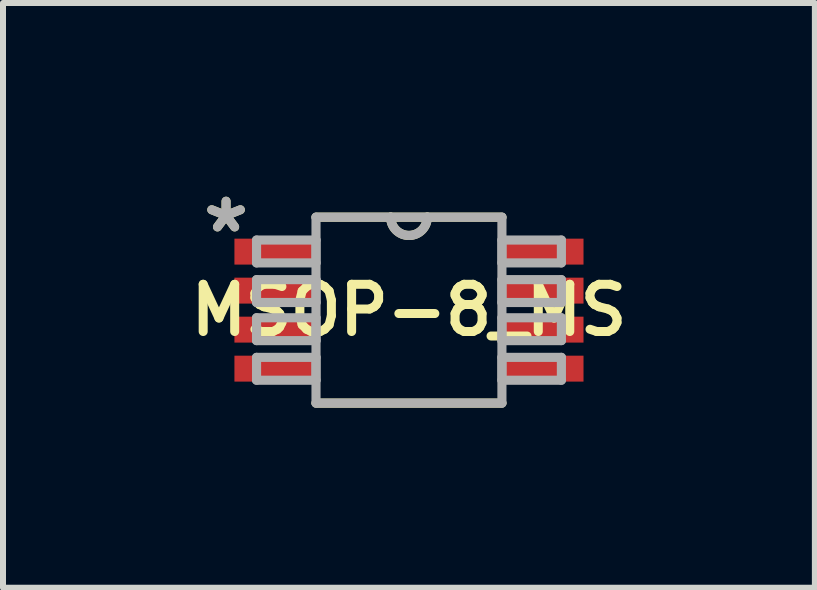
<source format=kicad_pcb>
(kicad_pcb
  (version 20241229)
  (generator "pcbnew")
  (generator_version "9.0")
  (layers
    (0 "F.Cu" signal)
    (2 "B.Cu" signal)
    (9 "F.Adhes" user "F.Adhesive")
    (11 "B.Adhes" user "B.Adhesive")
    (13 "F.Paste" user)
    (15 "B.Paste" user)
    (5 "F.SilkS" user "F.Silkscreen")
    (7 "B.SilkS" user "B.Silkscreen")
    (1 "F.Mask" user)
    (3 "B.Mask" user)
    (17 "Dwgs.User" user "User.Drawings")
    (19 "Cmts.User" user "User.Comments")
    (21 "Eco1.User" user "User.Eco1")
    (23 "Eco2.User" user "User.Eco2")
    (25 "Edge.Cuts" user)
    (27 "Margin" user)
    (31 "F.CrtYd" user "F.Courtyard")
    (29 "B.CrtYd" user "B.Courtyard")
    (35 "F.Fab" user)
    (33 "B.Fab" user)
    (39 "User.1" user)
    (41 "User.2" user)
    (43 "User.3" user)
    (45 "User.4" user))
  (footprint "MSOP-8_MS"
    (layer "F.Cu")
    (at 3.765 2.118)
    (property "Reference" "MSOP-8_MS" (at 0 0 0) (layer "F.SilkS") (effects (font (size 0.787 0.787) (thickness 0.15))))
    (attr smd)
    (fp_line (start -1.549 1.549) (end 1.549 1.549) (stroke (width 0.152) (type solid)) (layer "F.SilkS"))
    (fp_line (start -0.305 -1.549) (end -1.549 -1.549) (stroke (width 0.152) (type solid)) (layer "F.SilkS"))
    (fp_line (start 0.305 -1.549) (end -0.305 -1.549) (stroke (width 0.152) (type solid)) (layer "F.SilkS"))
    (fp_line (start 1.549 -1.549) (end 0.305 -1.549) (stroke (width 0.152) (type solid)) (layer "F.SilkS"))
    (fp_arc (start 0.3048 -1.5494) (mid 0 -1.2446) (end -0.3048 -1.5494) (stroke (width 0.1524) (type solid)) (layer "F.SilkS"))
    (fp_line (start -2.54 -1.168) (end -2.54 -0.787) (stroke (width 0.152) (type solid)) (layer "F.Fab"))
    (fp_line (start -2.54 -0.787) (end -1.549 -0.787) (stroke (width 0.152) (type solid)) (layer "F.Fab"))
    (fp_line (start -2.54 -0.508) (end -2.54 -0.127) (stroke (width 0.152) (type solid)) (layer "F.Fab"))
    (fp_line (start -2.54 -0.127) (end -1.549 -0.127) (stroke (width 0.152) (type solid)) (layer "F.Fab"))
    (fp_line (start -2.54 0.127) (end -2.54 0.508) (stroke (width 0.152) (type solid)) (layer "F.Fab"))
    (fp_line (start -2.54 0.508) (end -1.549 0.508) (stroke (width 0.152) (type solid)) (layer "F.Fab"))
    (fp_line (start -2.54 0.787) (end -2.54 1.168) (stroke (width 0.152) (type solid)) (layer "F.Fab"))
    (fp_line (start -2.54 1.168) (end -1.549 1.168) (stroke (width 0.152) (type solid)) (layer "F.Fab"))
    (fp_line (start -1.549 -1.549) (end -1.549 1.549) (stroke (width 0.152) (type solid)) (layer "F.Fab"))
    (fp_line (start -1.549 -1.168) (end -2.54 -1.168) (stroke (width 0.152) (type solid)) (layer "F.Fab"))
    (fp_line (start -1.549 -0.787) (end -1.549 -1.168) (stroke (width 0.152) (type solid)) (layer "F.Fab"))
    (fp_line (start -1.549 -0.508) (end -2.54 -0.508) (stroke (width 0.152) (type solid)) (layer "F.Fab"))
    (fp_line (start -1.549 -0.127) (end -1.549 -0.508) (stroke (width 0.152) (type solid)) (layer "F.Fab"))
    (fp_line (start -1.549 0.127) (end -2.54 0.127) (stroke (width 0.152) (type solid)) (layer "F.Fab"))
    (fp_line (start -1.549 0.508) (end -1.549 0.127) (stroke (width 0.152) (type solid)) (layer "F.Fab"))
    (fp_line (start -1.549 0.787) (end -2.54 0.787) (stroke (width 0.152) (type solid)) (layer "F.Fab"))
    (fp_line (start -1.549 1.168) (end -1.549 0.787) (stroke (width 0.152) (type solid)) (layer "F.Fab"))
    (fp_line (start -1.549 1.549) (end 1.549 1.549) (stroke (width 0.152) (type solid)) (layer "F.Fab"))
    (fp_line (start -0.305 -1.549) (end -1.549 -1.549) (stroke (width 0.152) (type solid)) (layer "F.Fab"))
    (fp_line (start 0.305 -1.549) (end -0.305 -1.549) (stroke (width 0.152) (type solid)) (layer "F.Fab"))
    (fp_line (start 1.549 -1.549) (end 0.305 -1.549) (stroke (width 0.152) (type solid)) (layer "F.Fab"))
    (fp_line (start 1.549 -1.168) (end 1.549 -0.787) (stroke (width 0.152) (type solid)) (layer "F.Fab"))
    (fp_line (start 1.549 -0.787) (end 2.54 -0.787) (stroke (width 0.152) (type solid)) (layer "F.Fab"))
    (fp_line (start 1.549 -0.508) (end 1.549 -0.127) (stroke (width 0.152) (type solid)) (layer "F.Fab"))
    (fp_line (start 1.549 -0.127) (end 2.54 -0.127) (stroke (width 0.152) (type solid)) (layer "F.Fab"))
    (fp_line (start 1.549 0.127) (end 1.549 0.508) (stroke (width 0.152) (type solid)) (layer "F.Fab"))
    (fp_line (start 1.549 0.508) (end 2.54 0.508) (stroke (width 0.152) (type solid)) (layer "F.Fab"))
    (fp_line (start 1.549 0.787) (end 1.549 1.168) (stroke (width 0.152) (type solid)) (layer "F.Fab"))
    (fp_line (start 1.549 1.168) (end 2.54 1.168) (stroke (width 0.152) (type solid)) (layer "F.Fab"))
    (fp_line (start 1.549 1.549) (end 1.549 -1.549) (stroke (width 0.152) (type solid)) (layer "F.Fab"))
    (fp_line (start 2.54 -1.168) (end 1.549 -1.168) (stroke (width 0.152) (type solid)) (layer "F.Fab"))
    (fp_line (start 2.54 -0.787) (end 2.54 -1.168) (stroke (width 0.152) (type solid)) (layer "F.Fab"))
    (fp_line (start 2.54 -0.508) (end 1.549 -0.508) (stroke (width 0.152) (type solid)) (layer "F.Fab"))
    (fp_line (start 2.54 -0.127) (end 2.54 -0.508) (stroke (width 0.152) (type solid)) (layer "F.Fab"))
    (fp_line (start 2.54 0.127) (end 1.549 0.127) (stroke (width 0.152) (type solid)) (layer "F.Fab"))
    (fp_line (start 2.54 0.508) (end 2.54 0.127) (stroke (width 0.152) (type solid)) (layer "F.Fab"))
    (fp_line (start 2.54 0.787) (end 1.549 0.787) (stroke (width 0.152) (type solid)) (layer "F.Fab"))
    (fp_line (start 2.54 1.168) (end 2.54 0.787) (stroke (width 0.152) (type solid)) (layer "F.Fab"))
    (fp_arc (start 0.3048 -1.5494) (mid 0 -1.2446) (end -0.3048 -1.5494) (stroke (width 0.1524) (type solid)) (layer "F.Fab"))
    (fp_text user "*" (at -3.048 -1.27 0) (layer "F.SilkS") (effects (font (size 1 1) (thickness 0.15))))
    (fp_text user "*" (at -3.048 -1.27 0) (layer "F.Fab") (effects (font (size 1 1) (thickness 0.15))))
    (pad "1" smd rect (at -2.21 -0.975) (size 1.397 0.432) (layers "F.Cu" "F.Mask" "F.Paste"))
    (pad "2" smd rect (at -2.21 -0.325) (size 1.397 0.432) (layers "F.Cu" "F.Mask" "F.Paste"))
    (pad "3" smd rect (at -2.21 0.325) (size 1.397 0.432) (layers "F.Cu" "F.Mask" "F.Paste"))
    (pad "4" smd rect (at -2.21 0.975) (size 1.397 0.432) (layers "F.Cu" "F.Mask" "F.Paste"))
    (pad "5" smd rect (at 2.21 0.975) (size 1.397 0.432) (layers "F.Cu" "F.Mask" "F.Paste"))
    (pad "6" smd rect (at 2.21 0.325) (size 1.397 0.432) (layers "F.Cu" "F.Mask" "F.Paste"))
    (pad "7" smd rect (at 2.21 -0.325) (size 1.397 0.432) (layers "F.Cu" "F.Mask" "F.Paste"))
    (pad "8" smd rect (at 2.21 -0.975) (size 1.397 0.432) (layers "F.Cu" "F.Mask" "F.Paste")))
  (gr_rect
    (start -3 -3)
    (end 10.529 6.744)
    (stroke (width 0.1) (type default))
    (fill no)
    (layer "Edge.Cuts")))
</source>
